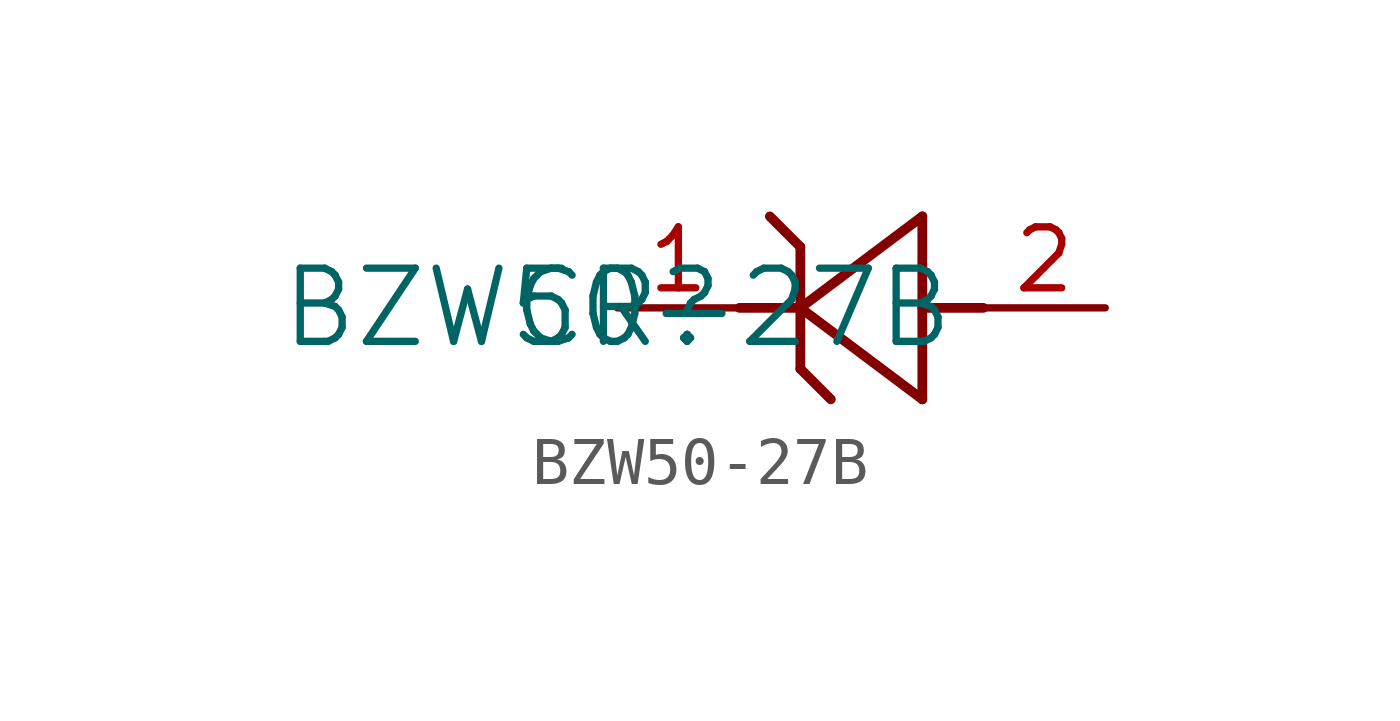
<source format=kicad_sym>
(kicad_symbol_lib
  (version 20220914)
  (generator kicad_symbol_editor)
  (symbol "BZW50-27B"
    (pin_names
      (offset 0.254))
    (property "Reference" "CR"
      (at 0 0 0)
      (effects (font (size 1.524 1.524))))
    (property "Value" "BZW50-27B"
      (at 0 0 0)
      (effects (font (size 1.524 1.524))))
    (property "ki_locked" ""
      (at 0 0 0)
      (effects (font (size 1.27 1.27))))
    (symbol "BZW50-27B_0_1"
      (polyline (pts (xy 2.54 0) (xy 3.81 0)) (stroke (width 0.203) (type default)) (fill (type none)))
      (polyline (pts (xy 3.175 1.905) (xy 3.81 1.27)) (stroke (width 0.203) (type default)) (fill (type none)))
      (polyline (pts (xy 3.81 -1.27) (xy 4.445 -1.905)) (stroke (width 0.203) (type default)) (fill (type none)))
      (polyline (pts (xy 3.81 0) (xy 6.35 -1.905)) (stroke (width 0.203) (type default)) (fill (type none)))
      (polyline (pts (xy 3.81 1.27) (xy 3.81 -1.27)) (stroke (width 0.203) (type default)) (fill (type none)))
      (polyline (pts (xy 6.35 -1.905) (xy 6.35 1.905)) (stroke (width 0.203) (type default)) (fill (type none)))
      (polyline (pts (xy 6.35 1.905) (xy 3.81 0)) (stroke (width 0.203) (type default)) (fill (type none)))
      (polyline (pts (xy 7.62 0) (xy 6.35 0)) (stroke (width 0.203) (type default)) (fill (type none)))
      (pin unspecified line (at 0 0 0) (length 2.54) (name "" (effects (font (size 1.27 1.27)))) (number "1" (effects (font (size 1.27 1.27)))))
      (pin unspecified line (at 10.16 0 180) (length 2.54) (name "" (effects (font (size 1.27 1.27)))) (number "2" (effects (font (size 1.27 1.27))))))))
</source>
